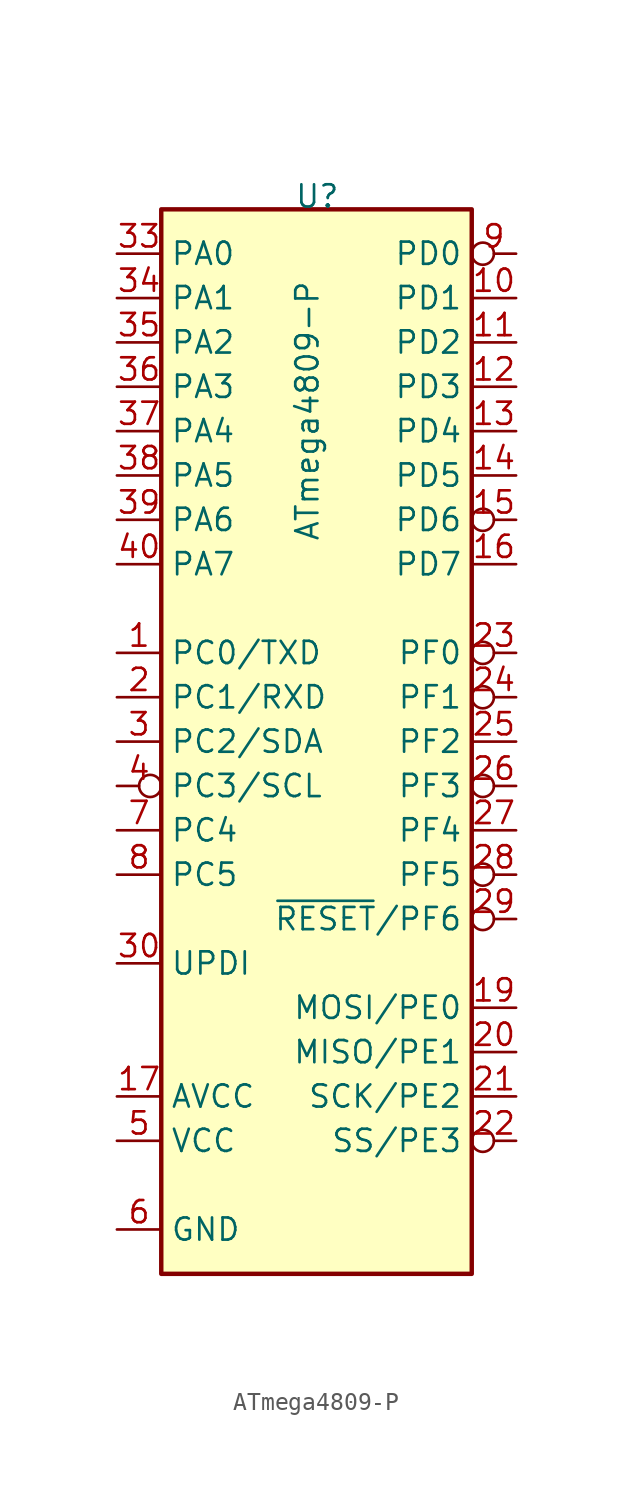
<source format=kicad_sym>
(kicad_symbol_lib
  (version 20211014)
  (generator kicad_symbol_editor)
  (symbol "ATmega4809-P"
    (property "Reference" "U"
      (at -1.27 30.48 0)
      (effects (font (size 1.27 1.27)) (justify left bottom)))
    (property "Value" "ATmega4809-P"
      (at -1.27 11.43 90)
      (effects (font (size 1.27 1.27)) (justify left top)))
    (symbol "ATmega4809-P_0_1"
      (rectangle (start -8.89 -30.48) (end 8.89 30.48) (stroke (width 0.254) (type default) (color 0 0 0 0)) (fill (type background))))
    (symbol "ATmega4809-P_1_1"
      (pin output line (at -11.43 5.08 0) (length 2.54) (name "PC0/TXD" (effects (font (size 1.27 1.27)))) (number "1" (effects (font (size 1.27 1.27)))))
      (pin input line (at 11.43 25.4 180) (length 2.54) (name "PD1" (effects (font (size 1.27 1.27)))) (number "10" (effects (font (size 1.27 1.27)))))
      (pin input line (at 11.43 22.86 180) (length 2.54) (name "PD2" (effects (font (size 1.27 1.27)))) (number "11" (effects (font (size 1.27 1.27)))))
      (pin input line (at 11.43 20.32 180) (length 2.54) (name "PD3" (effects (font (size 1.27 1.27)))) (number "12" (effects (font (size 1.27 1.27)))))
      (pin input line (at 11.43 17.78 180) (length 2.54) (name "PD4" (effects (font (size 1.27 1.27)))) (number "13" (effects (font (size 1.27 1.27)))))
      (pin input line (at 11.43 15.24 180) (length 2.54) (name "PD5" (effects (font (size 1.27 1.27)))) (number "14" (effects (font (size 1.27 1.27)))))
      (pin output inverted (at 11.43 12.7 180) (length 2.54) (name "PD6" (effects (font (size 1.27 1.27)))) (number "15" (effects (font (size 1.27 1.27)))))
      (pin input line (at 11.43 10.16 180) (length 2.54) (name "PD7" (effects (font (size 1.27 1.27)))) (number "16" (effects (font (size 1.27 1.27)))))
      (pin power_in line (at -11.43 -20.32 0) (length 2.54) (name "AVCC" (effects (font (size 1.27 1.27)))) (number "17" (effects (font (size 1.27 1.27)))))
      (pin power_in line (at -11.43 -27.94 0) (length 2.54) hide (name "GND" (effects (font (size 1.27 1.27)))) (number "18" (effects (font (size 1.27 1.27)))))
      (pin output line (at 11.43 -15.24 180) (length 2.54) (name "MOSI/PE0" (effects (font (size 1.27 1.27)))) (number "19" (effects (font (size 1.27 1.27)))))
      (pin input line (at -11.43 2.54 0) (length 2.54) (name "PC1/RXD" (effects (font (size 1.27 1.27)))) (number "2" (effects (font (size 1.27 1.27)))))
      (pin input line (at 11.43 -17.78 180) (length 2.54) (name "MISO/PE1" (effects (font (size 1.27 1.27)))) (number "20" (effects (font (size 1.27 1.27)))))
      (pin output line (at 11.43 -20.32 180) (length 2.54) (name "SCK/PE2" (effects (font (size 1.27 1.27)))) (number "21" (effects (font (size 1.27 1.27)))))
      (pin output inverted (at 11.43 -22.86 180) (length 2.54) (name "SS/PE3" (effects (font (size 1.27 1.27)))) (number "22" (effects (font (size 1.27 1.27)))))
      (pin output inverted (at 11.43 5.08 180) (length 2.54) (name "PF0" (effects (font (size 1.27 1.27)))) (number "23" (effects (font (size 1.27 1.27)))))
      (pin output inverted (at 11.43 2.54 180) (length 2.54) (name "PF1" (effects (font (size 1.27 1.27)))) (number "24" (effects (font (size 1.27 1.27)))))
      (pin output line (at 11.43 0 180) (length 2.54) (name "PF2" (effects (font (size 1.27 1.27)))) (number "25" (effects (font (size 1.27 1.27)))))
      (pin input inverted (at 11.43 -2.54 180) (length 2.54) (name "PF3" (effects (font (size 1.27 1.27)))) (number "26" (effects (font (size 1.27 1.27)))))
      (pin output line (at 11.43 -5.08 180) (length 2.54) (name "PF4" (effects (font (size 1.27 1.27)))) (number "27" (effects (font (size 1.27 1.27)))))
      (pin input inverted (at 11.43 -7.62 180) (length 2.54) (name "PF5" (effects (font (size 1.27 1.27)))) (number "28" (effects (font (size 1.27 1.27)))))
      (pin input inverted (at 11.43 -10.16 180) (length 2.54) (name "~{RESET}/PF6" (effects (font (size 1.27 1.27)))) (number "29" (effects (font (size 1.27 1.27)))))
      (pin output line (at -11.43 0 0) (length 2.54) (name "PC2/SDA" (effects (font (size 1.27 1.27)))) (number "3" (effects (font (size 1.27 1.27)))))
      (pin bidirectional line (at -11.43 -12.7 0) (length 2.54) (name "UPDI" (effects (font (size 1.27 1.27)))) (number "30" (effects (font (size 1.27 1.27)))))
      (pin power_in line (at -11.43 -22.86 0) (length 2.54) hide (name "VCC" (effects (font (size 1.27 1.27)))) (number "31" (effects (font (size 1.27 1.27)))))
      (pin power_in line (at -11.43 -27.94 0) (length 2.54) hide (name "GND" (effects (font (size 1.27 1.27)))) (number "32" (effects (font (size 1.27 1.27)))))
      (pin bidirectional line (at -11.43 27.94 0) (length 2.54) (name "PA0" (effects (font (size 1.27 1.27)))) (number "33" (effects (font (size 1.27 1.27)))))
      (pin bidirectional line (at -11.43 25.4 0) (length 2.54) (name "PA1" (effects (font (size 1.27 1.27)))) (number "34" (effects (font (size 1.27 1.27)))))
      (pin bidirectional line (at -11.43 22.86 0) (length 2.54) (name "PA2" (effects (font (size 1.27 1.27)))) (number "35" (effects (font (size 1.27 1.27)))))
      (pin bidirectional line (at -11.43 20.32 0) (length 2.54) (name "PA3" (effects (font (size 1.27 1.27)))) (number "36" (effects (font (size 1.27 1.27)))))
      (pin bidirectional line (at -11.43 17.78 0) (length 2.54) (name "PA4" (effects (font (size 1.27 1.27)))) (number "37" (effects (font (size 1.27 1.27)))))
      (pin bidirectional line (at -11.43 15.24 0) (length 2.54) (name "PA5" (effects (font (size 1.27 1.27)))) (number "38" (effects (font (size 1.27 1.27)))))
      (pin bidirectional line (at -11.43 12.7 0) (length 2.54) (name "PA6" (effects (font (size 1.27 1.27)))) (number "39" (effects (font (size 1.27 1.27)))))
      (pin output inverted (at -11.43 -2.54 0) (length 2.54) (name "PC3/SCL" (effects (font (size 1.27 1.27)))) (number "4" (effects (font (size 1.27 1.27)))))
      (pin bidirectional line (at -11.43 10.16 0) (length 2.54) (name "PA7" (effects (font (size 1.27 1.27)))) (number "40" (effects (font (size 1.27 1.27)))))
      (pin power_in line (at -11.43 -22.86 0) (length 2.54) (name "VCC" (effects (font (size 1.27 1.27)))) (number "5" (effects (font (size 1.27 1.27)))))
      (pin power_in line (at -11.43 -27.94 0) (length 2.54) (name "GND" (effects (font (size 1.27 1.27)))) (number "6" (effects (font (size 1.27 1.27)))))
      (pin input line (at -11.43 -5.08 0) (length 2.54) (name "PC4" (effects (font (size 1.27 1.27)))) (number "7" (effects (font (size 1.27 1.27)))))
      (pin input line (at -11.43 -7.62 0) (length 2.54) (name "PC5" (effects (font (size 1.27 1.27)))) (number "8" (effects (font (size 1.27 1.27)))))
      (pin output inverted (at 11.43 27.94 180) (length 2.54) (name "PD0" (effects (font (size 1.27 1.27)))) (number "9" (effects (font (size 1.27 1.27))))))))
</source>
